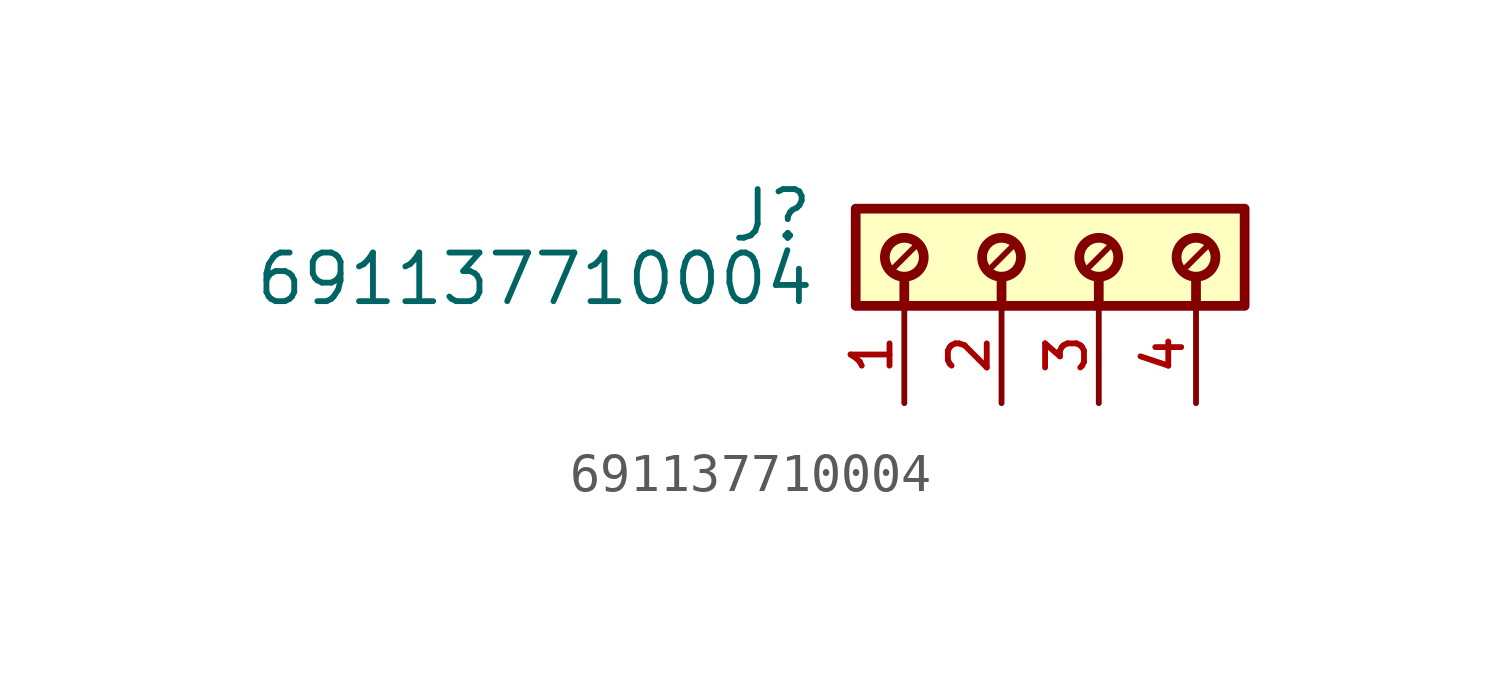
<source format=kicad_sym>
(kicad_symbol_lib
  (version 20211014)
  (generator kicad_symbol_editor)
  (symbol "691137710004"
    (pin_names
      (offset 1.016))
    (property "Reference" "J"
      (at -7.42 -0.922 0)
      (effects (font (size 1.27 1.27)) (justify bottom right)))
    (property "Value" "691137710004"
      (at -7.37 -2.58 0)
      (effects (font (size 1.27 1.27)) (justify bottom right)))
    (symbol "691137710004_0_0"
      (polyline (pts (xy -5.08 -1.778) (xy -5.08 -2.54)) (stroke (width 0.254)))
      (polyline (pts (xy -2.54 -1.778) (xy -2.54 -2.54)) (stroke (width 0.254)))
      (polyline (pts (xy -4.826 -1.016) (xy -5.334 -1.524)) (stroke (width 0.152)))
      (polyline (pts (xy -2.286 -1.016) (xy -2.794 -1.524)) (stroke (width 0.152)))
      (polyline (pts (xy 0.0 -1.778) (xy 0.0 -2.54)) (stroke (width 0.254)))
      (polyline (pts (xy 0.254 -1.016) (xy -0.254 -1.524)) (stroke (width 0.152)))
      (polyline (pts (xy 2.54 -1.778) (xy 2.54 -2.54)) (stroke (width 0.254)))
      (polyline (pts (xy 2.794 -1.016) (xy 2.286 -1.524)) (stroke (width 0.152)))
      (circle (center -5.08 -1.27) (radius 0.508) (stroke (width 0.254)) (fill (type none)))
      (circle (center -2.54 -1.27) (radius 0.508) (stroke (width 0.254)) (fill (type none)))
      (circle (center 0.0 -1.27) (radius 0.508) (stroke (width 0.254)) (fill (type none)))
      (circle (center 2.54 -1.27) (radius 0.508) (stroke (width 0.254)) (fill (type none)))
      (rectangle (start -6.35 -2.54) (end 3.81 -2.22044604925e-16) (stroke (width 0.254)) (fill (type background)))
      (pin passive line (at -5.08 -5.08 90.0) (length 2.54) (name "~" (effects (font (size 1.016 1.016)))) (number "1" (effects (font (size 1.016 1.016)))))
      (pin passive line (at -2.54 -5.08 90.0) (length 2.54) (name "~" (effects (font (size 1.016 1.016)))) (number "2" (effects (font (size 1.016 1.016)))))
      (pin passive line (at 0.0 -5.08 90.0) (length 2.54) (name "~" (effects (font (size 1.016 1.016)))) (number "3" (effects (font (size 1.016 1.016)))))
      (pin passive line (at 2.54 -5.08 90.0) (length 2.54) (name "~" (effects (font (size 1.016 1.016)))) (number "4" (effects (font (size 1.016 1.016))))))))
</source>
